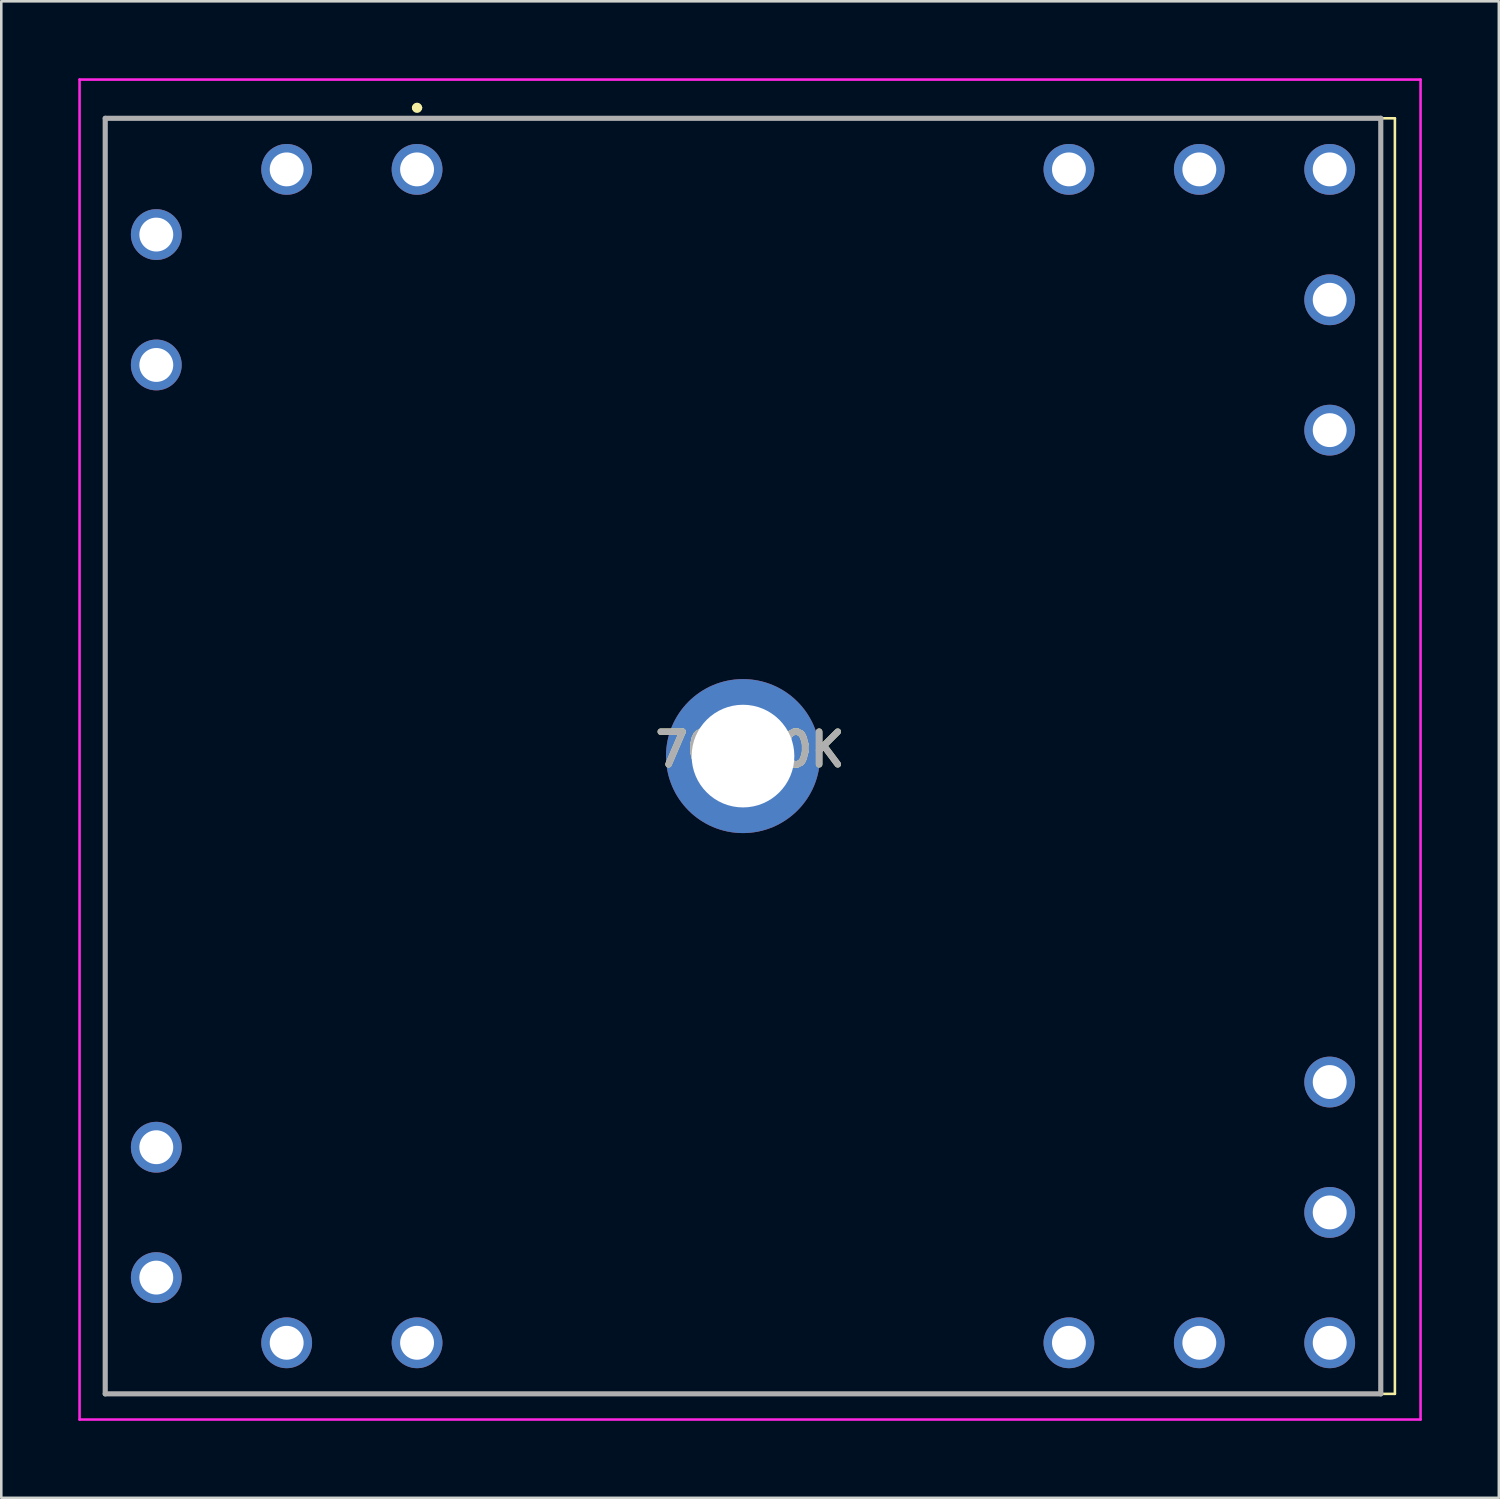
<source format=kicad_pcb>
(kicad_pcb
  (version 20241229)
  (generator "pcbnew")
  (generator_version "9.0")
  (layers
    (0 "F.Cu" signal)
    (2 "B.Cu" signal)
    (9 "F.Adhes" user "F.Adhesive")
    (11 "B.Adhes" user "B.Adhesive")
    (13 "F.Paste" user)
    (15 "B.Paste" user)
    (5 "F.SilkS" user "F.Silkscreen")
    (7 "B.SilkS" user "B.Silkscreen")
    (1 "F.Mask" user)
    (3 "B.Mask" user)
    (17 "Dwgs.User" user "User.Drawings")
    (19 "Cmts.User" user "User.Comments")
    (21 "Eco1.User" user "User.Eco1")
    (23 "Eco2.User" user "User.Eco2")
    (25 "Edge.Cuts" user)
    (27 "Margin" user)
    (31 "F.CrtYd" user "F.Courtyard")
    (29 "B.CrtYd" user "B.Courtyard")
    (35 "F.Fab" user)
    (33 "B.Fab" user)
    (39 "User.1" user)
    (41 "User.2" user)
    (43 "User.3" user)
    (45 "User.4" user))
  (footprint "70020K"
    (layer "F.Cu")
    (at 13.2 3.55)
    (property "Reference" "70020K" (at 12.975 22.605 0) (layer "F.SilkS") (effects (font (size 1.27 1.27) (thickness 0.254))))
    (attr through_hole)
    (fp_line (start -12.15 -1.99) (end -12.15 47.71) (stroke (width 0.1) (type solid)) (layer "F.SilkS"))
    (fp_line (start -12.15 47.71) (end 38.1 47.71) (stroke (width 0.1) (type solid)) (layer "F.SilkS"))
    (fp_line (start -0.1 -2.4) (end -0.1 -2.4) (stroke (width 0.2) (type solid)) (layer "F.SilkS"))
    (fp_line (start 0.1 -2.4) (end 0.1 -2.4) (stroke (width 0.2) (type solid)) (layer "F.SilkS"))
    (fp_line (start 38.1 -1.99) (end -12.15 -1.99) (stroke (width 0.1) (type solid)) (layer "F.SilkS"))
    (fp_line (start 38.1 47.71) (end 38.1 -1.99) (stroke (width 0.1) (type solid)) (layer "F.SilkS"))
    (fp_arc (start -0.1 -2.4) (mid 0 -2.5) (end 0.1 -2.4) (stroke (width 0.2) (type solid)) (layer "F.SilkS"))
    (fp_arc (start 0.1 -2.4) (mid 0 -2.3) (end -0.1 -2.4) (stroke (width 0.2) (type solid)) (layer "F.SilkS"))
    (fp_line (start -13.15 -3.5) (end -13.15 48.71) (stroke (width 0.1) (type solid)) (layer "F.CrtYd"))
    (fp_line (start -13.15 48.71) (end 39.1 48.71) (stroke (width 0.1) (type solid)) (layer "F.CrtYd"))
    (fp_line (start 39.1 -3.5) (end -13.15 -3.5) (stroke (width 0.1) (type solid)) (layer "F.CrtYd"))
    (fp_line (start 39.1 48.71) (end 39.1 -3.5) (stroke (width 0.1) (type solid)) (layer "F.CrtYd"))
    (fp_line (start -12.15 -1.99) (end -12.15 47.71) (stroke (width 0.2) (type solid)) (layer "F.Fab"))
    (fp_line (start -12.15 47.71) (end 37.55 47.71) (stroke (width 0.2) (type solid)) (layer "F.Fab"))
    (fp_line (start 37.55 -1.99) (end -12.15 -1.99) (stroke (width 0.2) (type solid)) (layer "F.Fab"))
    (fp_line (start 37.55 47.71) (end 37.55 -1.99) (stroke (width 0.2) (type solid)) (layer "F.Fab"))
    (fp_text user "${REFERENCE}" (at 12.975 22.605 0) (layer "F.Fab") (effects (font (size 1.27 1.27) (thickness 0.254))))
    (pad "1" thru_hole circle (at 0 0) (size 1.98 1.98) (drill 1.32) (layers "*.Cu" "*.Mask"))
    (pad "2" thru_hole circle (at -5.08 0) (size 1.98 1.98) (drill 1.32) (layers "*.Cu" "*.Mask"))
    (pad "3" thru_hole circle (at -10.16 2.54) (size 1.98 1.98) (drill 1.32) (layers "*.Cu" "*.Mask"))
    (pad "4" thru_hole circle (at -10.16 7.62) (size 1.98 1.98) (drill 1.32) (layers "*.Cu" "*.Mask"))
    (pad "5" thru_hole circle (at -10.16 38.1) (size 1.98 1.98) (drill 1.32) (layers "*.Cu" "*.Mask"))
    (pad "6" thru_hole circle (at -10.16 43.18) (size 1.98 1.98) (drill 1.32) (layers "*.Cu" "*.Mask"))
    (pad "7" thru_hole circle (at -5.08 45.72) (size 1.98 1.98) (drill 1.32) (layers "*.Cu" "*.Mask"))
    (pad "8" thru_hole circle (at 0 45.72) (size 1.98 1.98) (drill 1.32) (layers "*.Cu" "*.Mask"))
    (pad "9" thru_hole circle (at 25.4 45.72) (size 1.98 1.98) (drill 1.32) (layers "*.Cu" "*.Mask"))
    (pad "10" thru_hole circle (at 30.48 45.72) (size 1.98 1.98) (drill 1.32) (layers "*.Cu" "*.Mask"))
    (pad "11" thru_hole circle (at 35.56 45.72) (size 1.98 1.98) (drill 1.32) (layers "*.Cu" "*.Mask"))
    (pad "12" thru_hole circle (at 35.56 40.64) (size 1.98 1.98) (drill 1.32) (layers "*.Cu" "*.Mask"))
    (pad "13" thru_hole circle (at 35.56 5.08) (size 1.98 1.98) (drill 1.32) (layers "*.Cu" "*.Mask"))
    (pad "14" thru_hole circle (at 35.56 0) (size 1.98 1.98) (drill 1.32) (layers "*.Cu" "*.Mask"))
    (pad "15" thru_hole circle (at 30.48 0) (size 1.98 1.98) (drill 1.32) (layers "*.Cu" "*.Mask"))
    (pad "16" thru_hole circle (at 25.4 0) (size 1.98 1.98) (drill 1.32) (layers "*.Cu" "*.Mask"))
    (pad "17" thru_hole circle (at 35.56 35.56) (size 1.98 1.98) (drill 1.32) (layers "*.Cu" "*.Mask"))
    (pad "18" thru_hole circle (at 35.56 10.16) (size 1.98 1.98) (drill 1.32) (layers "*.Cu" "*.Mask"))
    (pad "MH1" thru_hole circle (at 12.7 22.86) (size 6 6) (drill 4) (layers "*.Cu" "*.Mask")))
  (gr_rect
    (start -3 -3)
    (end 55.35 55.31)
    (stroke (width 0.1) (type default))
    (fill no)
    (layer "Edge.Cuts")))
</source>
